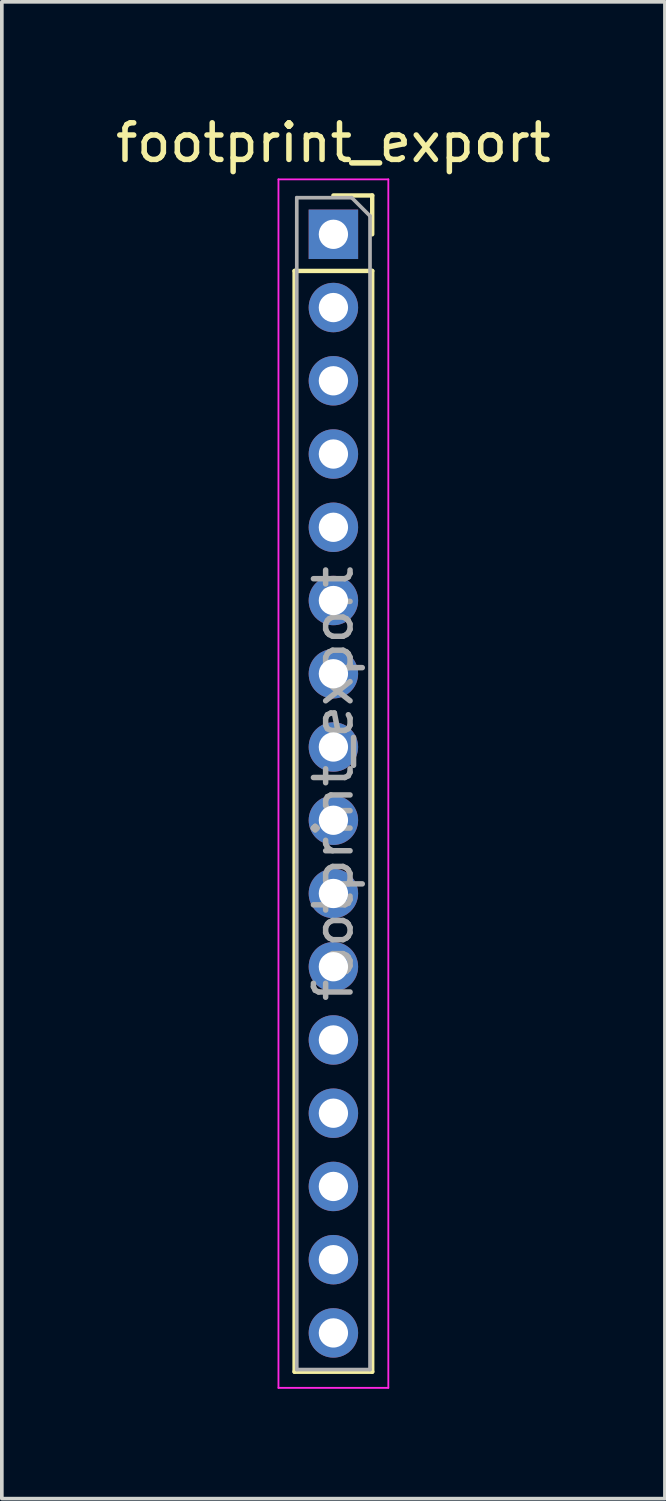
<source format=kicad_pcb>
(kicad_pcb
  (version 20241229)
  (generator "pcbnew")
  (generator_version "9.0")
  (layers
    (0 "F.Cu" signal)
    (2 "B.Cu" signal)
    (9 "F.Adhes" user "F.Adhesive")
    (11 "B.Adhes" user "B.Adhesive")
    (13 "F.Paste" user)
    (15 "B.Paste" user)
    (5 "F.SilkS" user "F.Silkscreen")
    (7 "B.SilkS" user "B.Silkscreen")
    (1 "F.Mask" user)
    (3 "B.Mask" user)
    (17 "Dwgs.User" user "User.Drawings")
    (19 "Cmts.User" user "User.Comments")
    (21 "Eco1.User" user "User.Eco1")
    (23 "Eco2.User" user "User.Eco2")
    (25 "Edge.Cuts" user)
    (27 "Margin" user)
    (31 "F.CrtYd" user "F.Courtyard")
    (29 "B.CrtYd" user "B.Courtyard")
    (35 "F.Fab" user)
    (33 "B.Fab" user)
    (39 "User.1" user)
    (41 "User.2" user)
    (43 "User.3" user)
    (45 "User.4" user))
  (footprint "footprint_export"
    (layer "F.Cu")
    (at 6.054 3.348)
    (property "Reference" "footprint_export" (at 0 -2.5 0) (layer "F.SilkS") (effects (font (size 1 1) (thickness 0.15))))
    (attr through_hole)
    (fp_line (start -1.06 1) (end -1.06 31.06) (stroke (width 0.12) (type solid)) (layer "F.SilkS"))
    (fp_line (start -1.06 1) (end 1.06 1) (stroke (width 0.12) (type solid)) (layer "F.SilkS"))
    (fp_line (start -1.06 31.06) (end 1.06 31.06) (stroke (width 0.12) (type solid)) (layer "F.SilkS"))
    (fp_line (start 0 -1.06) (end 1.06 -1.06) (stroke (width 0.12) (type solid)) (layer "F.SilkS"))
    (fp_line (start 1.06 -1.06) (end 1.06 0) (stroke (width 0.12) (type solid)) (layer "F.SilkS"))
    (fp_line (start 1.06 1) (end 1.06 31.06) (stroke (width 0.12) (type solid)) (layer "F.SilkS"))
    (fp_line (start -1.5 -1.5) (end 1.5 -1.5) (stroke (width 0.05) (type solid)) (layer "F.CrtYd"))
    (fp_line (start -1.5 31.5) (end -1.5 -1.5) (stroke (width 0.05) (type solid)) (layer "F.CrtYd"))
    (fp_line (start 1.5 -1.5) (end 1.5 31.5) (stroke (width 0.05) (type solid)) (layer "F.CrtYd"))
    (fp_line (start 1.5 31.5) (end -1.5 31.5) (stroke (width 0.05) (type solid)) (layer "F.CrtYd"))
    (fp_line (start -1 -1) (end 0.5 -1) (stroke (width 0.1) (type solid)) (layer "F.Fab"))
    (fp_line (start -1 31) (end -1 -1) (stroke (width 0.1) (type solid)) (layer "F.Fab"))
    (fp_line (start 0.5 -1) (end 1 -0.5) (stroke (width 0.1) (type solid)) (layer "F.Fab"))
    (fp_line (start 1 -0.5) (end 1 31) (stroke (width 0.1) (type solid)) (layer "F.Fab"))
    (fp_line (start 1 31) (end -1 31) (stroke (width 0.1) (type solid)) (layer "F.Fab"))
    (fp_text user "${REFERENCE}" (at 0 15 90) (layer "F.Fab") (effects (font (size 1 1) (thickness 0.15))))
    (pad "1" thru_hole rect (at 0 0) (size 1.35 1.35) (drill 0.8) (layers "*.Cu" "*.Mask"))
    (pad "2" thru_hole oval (at 0 2) (size 1.35 1.35) (drill 0.8) (layers "*.Cu" "*.Mask"))
    (pad "3" thru_hole oval (at 0 4) (size 1.35 1.35) (drill 0.8) (layers "*.Cu" "*.Mask"))
    (pad "4" thru_hole oval (at 0 6) (size 1.35 1.35) (drill 0.8) (layers "*.Cu" "*.Mask"))
    (pad "5" thru_hole oval (at 0 8) (size 1.35 1.35) (drill 0.8) (layers "*.Cu" "*.Mask"))
    (pad "6" thru_hole oval (at 0 10) (size 1.35 1.35) (drill 0.8) (layers "*.Cu" "*.Mask"))
    (pad "7" thru_hole oval (at 0 12) (size 1.35 1.35) (drill 0.8) (layers "*.Cu" "*.Mask"))
    (pad "8" thru_hole oval (at 0 14) (size 1.35 1.35) (drill 0.8) (layers "*.Cu" "*.Mask"))
    (pad "9" thru_hole oval (at 0 16) (size 1.35 1.35) (drill 0.8) (layers "*.Cu" "*.Mask"))
    (pad "10" thru_hole oval (at 0 18) (size 1.35 1.35) (drill 0.8) (layers "*.Cu" "*.Mask"))
    (pad "11" thru_hole oval (at 0 20) (size 1.35 1.35) (drill 0.8) (layers "*.Cu" "*.Mask"))
    (pad "12" thru_hole oval (at 0 22) (size 1.35 1.35) (drill 0.8) (layers "*.Cu" "*.Mask"))
    (pad "13" thru_hole oval (at 0 24) (size 1.35 1.35) (drill 0.8) (layers "*.Cu" "*.Mask"))
    (pad "14" thru_hole oval (at 0 26) (size 1.35 1.35) (drill 0.8) (layers "*.Cu" "*.Mask"))
    (pad "15" thru_hole oval (at 0 28) (size 1.35 1.35) (drill 0.8) (layers "*.Cu" "*.Mask"))
    (pad "16" thru_hole oval (at 0 30) (size 1.35 1.35) (drill 0.8) (layers "*.Cu" "*.Mask")))
  (gr_rect
    (start -3 -3)
    (end 15.107 37.873)
    (stroke (width 0.1) (type default))
    (fill no)
    (layer "Edge.Cuts")))
</source>
